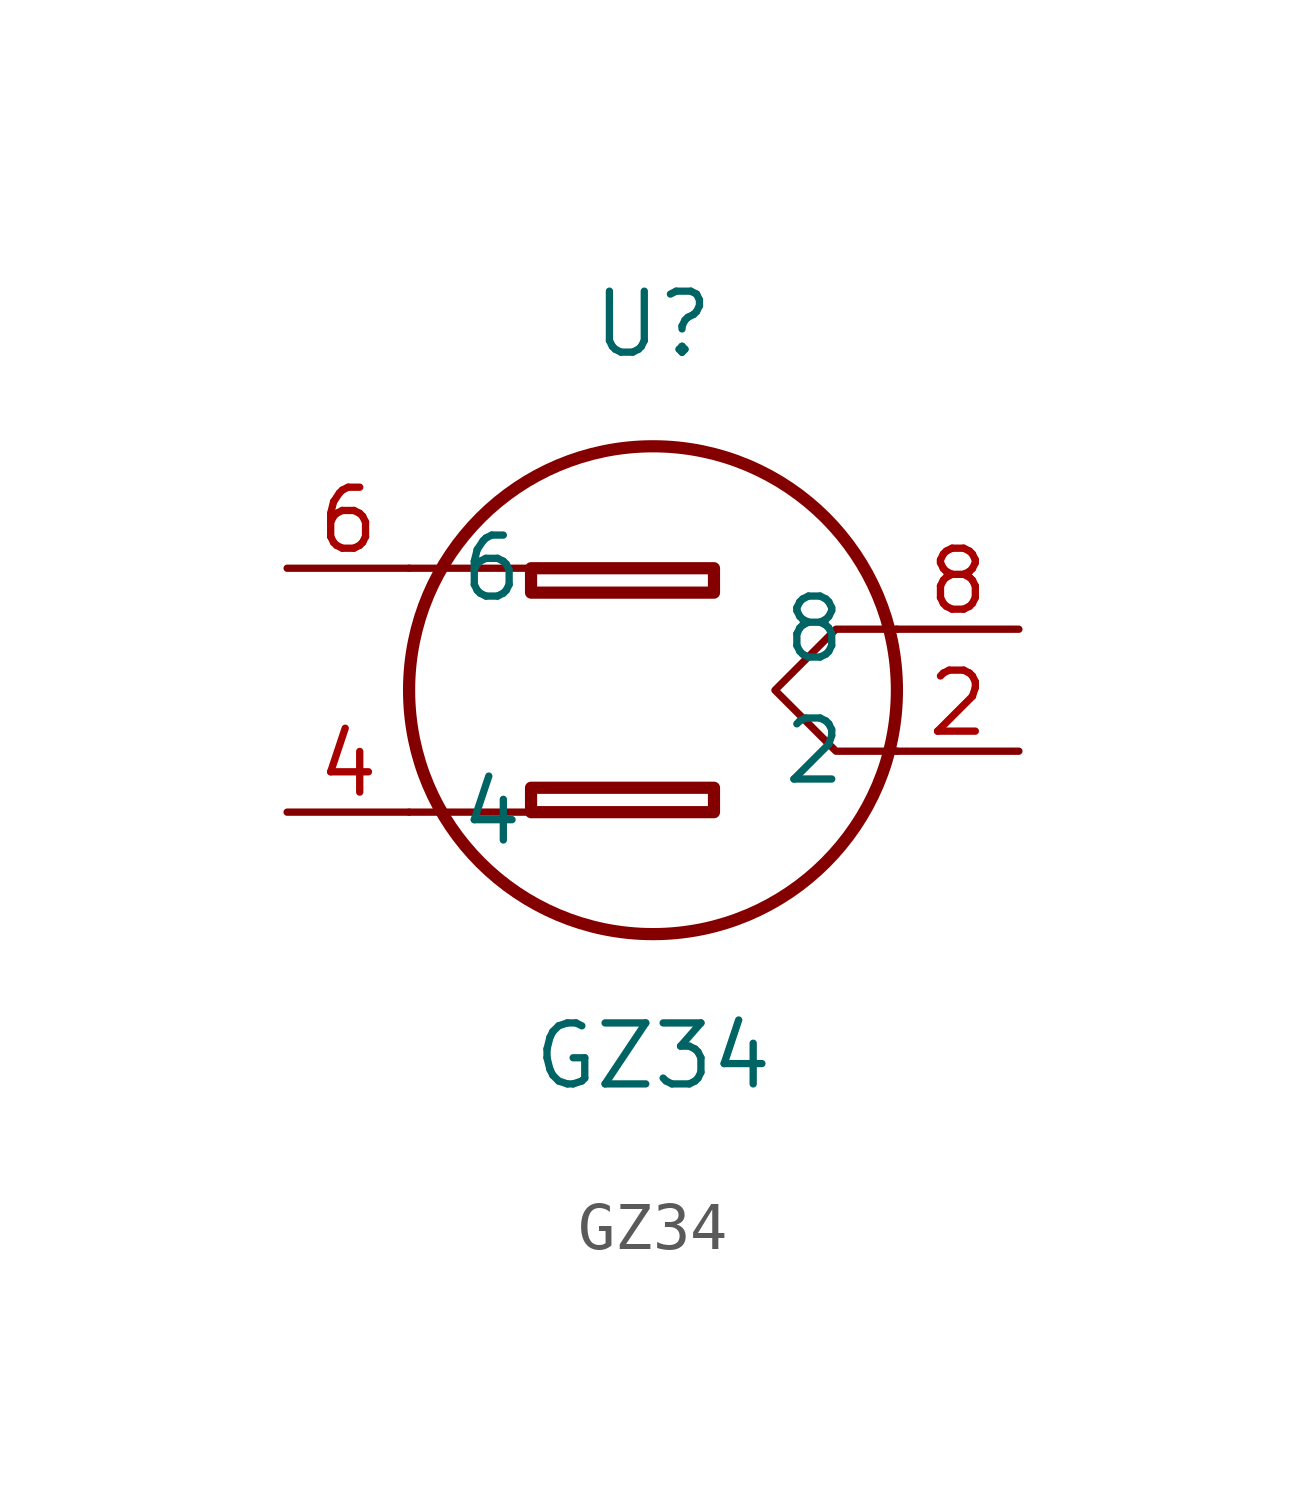
<source format=kicad_sym>
(kicad_symbol_lib
  (version 20241209)
  (generator "kicad_symbol_editor")
  (generator_version "9.0")
  (symbol "GZ34"
    (pin_names
      (offset 1.016))
    (property "Reference" "U"
      (at 0 7.62 0)
      (effects (font (size 1.27 1.27))))
    (property "Value" "GZ34"
      (at 0 -7.62 0)
      (effects (font (size 1.27 1.27))))
    (symbol "GZ34_0_1"
      (polyline (pts (xy -2.54 2.54) (xy -5.08 2.54)) (stroke (width 0) (type default)) (fill (type none)))
      (polyline (pts (xy -2.54 -2.54) (xy -5.08 -2.54)) (stroke (width 0) (type default)) (fill (type none)))
      (polyline (pts (xy 5.08 -1.27) (xy 3.81 -1.27) (xy 2.54 0) (xy 3.81 1.27) (xy 5.08 1.27)) (stroke (width 0) (type default)) (fill (type none))))
    (symbol "GZ34_1_1"
      (rectangle (start -2.54 2.54) (end 1.27 2.032) (stroke (width 0.254) (type default)) (fill (type none)))
      (rectangle (start -2.54 -2.54) (end 1.27 -2.032) (stroke (width 0.254) (type default)) (fill (type none)))
      (circle (center 0 0) (radius 5.08) (stroke (width 0.254) (type default)) (fill (type none)))
      (pin passive line (at -7.62 2.54 0) (length 2.54) (name "6" (effects (font (size 1.27 1.27)))) (number "6" (effects (font (size 1.27 1.27)))))
      (pin passive line (at -7.62 -2.54 0) (length 2.54) (name "4" (effects (font (size 1.27 1.27)))) (number "4" (effects (font (size 1.27 1.27)))))
      (pin passive line (at 7.62 1.27 180) (length 2.54) (name "8" (effects (font (size 1.27 1.27)))) (number "8" (effects (font (size 1.27 1.27)))))
      (pin passive line (at 7.62 -1.27 180) (length 2.54) (name "2" (effects (font (size 1.27 1.27)))) (number "2" (effects (font (size 1.27 1.27))))))))
</source>
